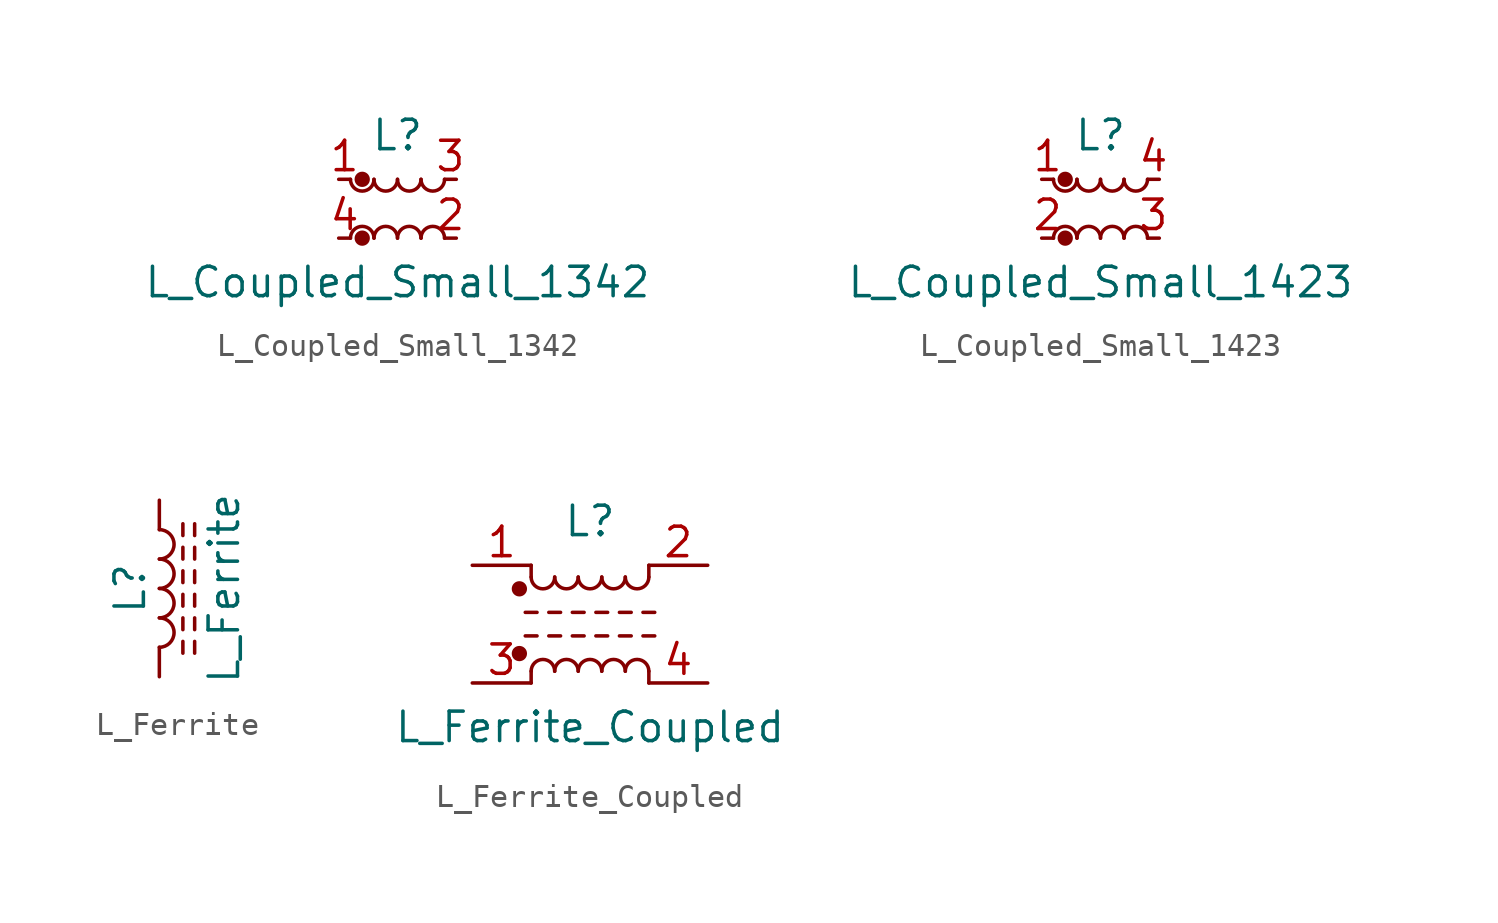
<source format=kicad_sym>
(kicad_symbol_lib
  (version 20211014)
  (generator kicad_symbol_editor)
  (symbol "L_Coupled_Small_1342"
    (pin_names
      (offset 0.254) hide)
    (property "Reference" "L"
      (at 0 3.175 0)
      (effects (font (size 1.27 1.27))))
    (property "Value" "L_Coupled_Small_1342"
      (at 0 -3.175 0)
      (effects (font (size 1.27 1.27))))
    (symbol "L_Coupled_Small_1342_0_1"
      (arc (start -2.032 1.27) (mid -1.524 0.762) (end -1.016 1.27) (stroke (width 0) (type default) (color 0 0 0 0)) (fill (type none)))
      (circle (center -1.524 -1.27) (radius 0.254) (stroke (width 0) (type default) (color 0 0 0 0)) (fill (type outline)))
      (circle (center -1.524 1.27) (radius 0.254) (stroke (width 0) (type default) (color 0 0 0 0)) (fill (type outline)))
      (arc (start -1.016 -1.27) (mid -1.524 -0.762) (end -2.032 -1.27) (stroke (width 0) (type default) (color 0 0 0 0)) (fill (type none)))
      (arc (start -1.016 1.27) (mid -0.508 0.762) (end 0 1.27) (stroke (width 0) (type default) (color 0 0 0 0)) (fill (type none)))
      (arc (start 0 -1.27) (mid -0.508 -0.762) (end -1.016 -1.27) (stroke (width 0) (type default) (color 0 0 0 0)) (fill (type none)))
      (arc (start 0 1.27) (mid 0.508 0.762) (end 1.016 1.27) (stroke (width 0) (type default) (color 0 0 0 0)) (fill (type none)))
      (arc (start 1.016 -1.27) (mid 0.508 -0.762) (end 0 -1.27) (stroke (width 0) (type default) (color 0 0 0 0)) (fill (type none)))
      (arc (start 1.016 1.27) (mid 1.524 0.762) (end 2.032 1.27) (stroke (width 0) (type default) (color 0 0 0 0)) (fill (type none)))
      (arc (start 2.032 -1.27) (mid 1.524 -0.762) (end 1.016 -1.27) (stroke (width 0) (type default) (color 0 0 0 0)) (fill (type none))))
    (symbol "L_Coupled_Small_1342_1_1"
      (pin passive line (at -2.54 1.27 0) (length 0.508) (name "1" (effects (font (size 1.27 1.27)))) (number "1" (effects (font (size 1.27 1.27)))))
      (pin passive line (at 2.54 -1.27 180) (length 0.508) (name "2" (effects (font (size 1.27 1.27)))) (number "2" (effects (font (size 1.27 1.27)))))
      (pin passive line (at 2.54 1.27 180) (length 0.508) (name "3" (effects (font (size 1.27 1.27)))) (number "3" (effects (font (size 1.27 1.27)))))
      (pin passive line (at -2.54 -1.27 0) (length 0.508) (name "4" (effects (font (size 1.27 1.27)))) (number "4" (effects (font (size 1.27 1.27)))))))
  (symbol "L_Coupled_Small_1423"
    (pin_names
      (offset 0.254) hide)
    (property "Reference" "L"
      (at 0 3.175 0)
      (effects (font (size 1.27 1.27))))
    (property "Value" "L_Coupled_Small_1423"
      (at 0 -3.175 0)
      (effects (font (size 1.27 1.27))))
    (symbol "L_Coupled_Small_1423_0_1"
      (arc (start -2.032 1.27) (mid -1.524 0.762) (end -1.016 1.27) (stroke (width 0) (type default) (color 0 0 0 0)) (fill (type none)))
      (circle (center -1.524 -1.27) (radius 0.254) (stroke (width 0) (type default) (color 0 0 0 0)) (fill (type outline)))
      (circle (center -1.524 1.27) (radius 0.254) (stroke (width 0) (type default) (color 0 0 0 0)) (fill (type outline)))
      (arc (start -1.016 -1.27) (mid -1.524 -0.762) (end -2.032 -1.27) (stroke (width 0) (type default) (color 0 0 0 0)) (fill (type none)))
      (arc (start -1.016 1.27) (mid -0.508 0.762) (end 0 1.27) (stroke (width 0) (type default) (color 0 0 0 0)) (fill (type none)))
      (arc (start 0 -1.27) (mid -0.508 -0.762) (end -1.016 -1.27) (stroke (width 0) (type default) (color 0 0 0 0)) (fill (type none)))
      (arc (start 0 1.27) (mid 0.508 0.762) (end 1.016 1.27) (stroke (width 0) (type default) (color 0 0 0 0)) (fill (type none)))
      (arc (start 1.016 -1.27) (mid 0.508 -0.762) (end 0 -1.27) (stroke (width 0) (type default) (color 0 0 0 0)) (fill (type none)))
      (arc (start 1.016 1.27) (mid 1.524 0.762) (end 2.032 1.27) (stroke (width 0) (type default) (color 0 0 0 0)) (fill (type none)))
      (arc (start 2.032 -1.27) (mid 1.524 -0.762) (end 1.016 -1.27) (stroke (width 0) (type default) (color 0 0 0 0)) (fill (type none))))
    (symbol "L_Coupled_Small_1423_1_1"
      (pin passive line (at -2.54 1.27 0) (length 0.508) (name "1" (effects (font (size 1.27 1.27)))) (number "1" (effects (font (size 1.27 1.27)))))
      (pin passive line (at -2.54 -1.27 0) (length 0.508) (name "2" (effects (font (size 1.27 1.27)))) (number "2" (effects (font (size 1.27 1.27)))))
      (pin passive line (at 2.54 -1.27 180) (length 0.508) (name "3" (effects (font (size 1.27 1.27)))) (number "3" (effects (font (size 1.27 1.27)))))
      (pin passive line (at 2.54 1.27 180) (length 0.508) (name "4" (effects (font (size 1.27 1.27)))) (number "4" (effects (font (size 1.27 1.27)))))))
  (symbol "L_Ferrite"
    (pin_numbers hide)
    (pin_names
      (offset 1.016) hide)
    (property "Reference" "L"
      (at -1.27 0 90)
      (effects (font (size 1.27 1.27))))
    (property "Value" "L_Ferrite"
      (at 2.794 0 90)
      (effects (font (size 1.27 1.27))))
    (symbol "L_Ferrite_0_1"
      (arc (start 0 -2.54) (mid 0.635 -1.905) (end 0 -1.27) (stroke (width 0) (type default) (color 0 0 0 0)) (fill (type none)))
      (arc (start 0 -1.27) (mid 0.635 -0.635) (end 0 0) (stroke (width 0) (type default) (color 0 0 0 0)) (fill (type none)))
      (polyline (pts (xy 1.016 -2.794) (xy 1.016 -2.286)) (stroke (width 0) (type default) (color 0 0 0 0)) (fill (type none)))
      (polyline (pts (xy 1.016 -1.778) (xy 1.016 -1.27)) (stroke (width 0) (type default) (color 0 0 0 0)) (fill (type none)))
      (polyline (pts (xy 1.016 -0.762) (xy 1.016 -0.254)) (stroke (width 0) (type default) (color 0 0 0 0)) (fill (type none)))
      (polyline (pts (xy 1.016 0.254) (xy 1.016 0.762)) (stroke (width 0) (type default) (color 0 0 0 0)) (fill (type none)))
      (polyline (pts (xy 1.016 1.27) (xy 1.016 1.778)) (stroke (width 0) (type default) (color 0 0 0 0)) (fill (type none)))
      (polyline (pts (xy 1.016 2.286) (xy 1.016 2.794)) (stroke (width 0) (type default) (color 0 0 0 0)) (fill (type none)))
      (polyline (pts (xy 1.524 -2.286) (xy 1.524 -2.794)) (stroke (width 0) (type default) (color 0 0 0 0)) (fill (type none)))
      (polyline (pts (xy 1.524 -1.27) (xy 1.524 -1.778)) (stroke (width 0) (type default) (color 0 0 0 0)) (fill (type none)))
      (polyline (pts (xy 1.524 -0.254) (xy 1.524 -0.762)) (stroke (width 0) (type default) (color 0 0 0 0)) (fill (type none)))
      (polyline (pts (xy 1.524 0.762) (xy 1.524 0.254)) (stroke (width 0) (type default) (color 0 0 0 0)) (fill (type none)))
      (polyline (pts (xy 1.524 1.778) (xy 1.524 1.27)) (stroke (width 0) (type default) (color 0 0 0 0)) (fill (type none)))
      (polyline (pts (xy 1.524 2.794) (xy 1.524 2.286)) (stroke (width 0) (type default) (color 0 0 0 0)) (fill (type none)))
      (arc (start 0 0) (mid 0.635 0.635) (end 0 1.27) (stroke (width 0) (type default) (color 0 0 0 0)) (fill (type none)))
      (arc (start 0 1.27) (mid 0.635 1.905) (end 0 2.54) (stroke (width 0) (type default) (color 0 0 0 0)) (fill (type none))))
    (symbol "L_Ferrite_1_1"
      (pin passive line (at 0 3.81 270) (length 1.27) (name "1" (effects (font (size 1.27 1.27)))) (number "1" (effects (font (size 1.27 1.27)))))
      (pin passive line (at 0 -3.81 90) (length 1.27) (name "2" (effects (font (size 1.27 1.27)))) (number "2" (effects (font (size 1.27 1.27)))))))
  (symbol "L_Ferrite_Coupled"
    (pin_names
      (offset 0.254) hide)
    (property "Reference" "L"
      (at 0 4.445 0)
      (effects (font (size 1.27 1.27))))
    (property "Value" "L_Ferrite_Coupled"
      (at 0 -4.445 0)
      (effects (font (size 1.27 1.27))))
    (symbol "L_Ferrite_Coupled_0_1"
      (circle (center -3.048 -1.27) (radius 0.254) (stroke (width 0) (type default) (color 0 0 0 0)) (fill (type outline)))
      (circle (center -3.048 1.524) (radius 0.254) (stroke (width 0) (type default) (color 0 0 0 0)) (fill (type outline)))
      (arc (start -2.54 2.032) (mid -2.032 1.524) (end -1.524 2.032) (stroke (width 0) (type default) (color 0 0 0 0)) (fill (type none)))
      (arc (start -1.524 -2.032) (mid -2.032 -1.524) (end -2.54 -2.032) (stroke (width 0) (type default) (color 0 0 0 0)) (fill (type none)))
      (arc (start -1.524 2.032) (mid -1.016 1.524) (end -0.508 2.032) (stroke (width 0) (type default) (color 0 0 0 0)) (fill (type none)))
      (arc (start -0.508 -2.032) (mid -1.016 -1.524) (end -1.524 -2.032) (stroke (width 0) (type default) (color 0 0 0 0)) (fill (type none)))
      (arc (start -0.508 2.032) (mid 0 1.524) (end 0.508 2.032) (stroke (width 0) (type default) (color 0 0 0 0)) (fill (type none)))
      (polyline (pts (xy -2.794 -0.508) (xy -2.286 -0.508)) (stroke (width 0) (type default) (color 0 0 0 0)) (fill (type none)))
      (polyline (pts (xy -2.794 0.508) (xy -2.286 0.508)) (stroke (width 0) (type default) (color 0 0 0 0)) (fill (type none)))
      (polyline (pts (xy -2.54 -2.032) (xy -2.54 -2.54)) (stroke (width 0) (type default) (color 0 0 0 0)) (fill (type none)))
      (polyline (pts (xy -2.54 2.032) (xy -2.54 2.54)) (stroke (width 0) (type default) (color 0 0 0 0)) (fill (type none)))
      (polyline (pts (xy -1.778 -0.508) (xy -1.27 -0.508)) (stroke (width 0) (type default) (color 0 0 0 0)) (fill (type none)))
      (polyline (pts (xy -1.778 0.508) (xy -1.27 0.508)) (stroke (width 0) (type default) (color 0 0 0 0)) (fill (type none)))
      (polyline (pts (xy -0.762 -0.508) (xy -0.254 -0.508)) (stroke (width 0) (type default) (color 0 0 0 0)) (fill (type none)))
      (polyline (pts (xy -0.762 0.508) (xy -0.254 0.508)) (stroke (width 0) (type default) (color 0 0 0 0)) (fill (type none)))
      (polyline (pts (xy 0.254 -0.508) (xy 0.762 -0.508)) (stroke (width 0) (type default) (color 0 0 0 0)) (fill (type none)))
      (polyline (pts (xy 0.254 0.508) (xy 0.762 0.508)) (stroke (width 0) (type default) (color 0 0 0 0)) (fill (type none)))
      (polyline (pts (xy 1.27 -0.508) (xy 1.778 -0.508)) (stroke (width 0) (type default) (color 0 0 0 0)) (fill (type none)))
      (polyline (pts (xy 1.27 0.508) (xy 1.778 0.508)) (stroke (width 0) (type default) (color 0 0 0 0)) (fill (type none)))
      (polyline (pts (xy 2.286 -0.508) (xy 2.794 -0.508)) (stroke (width 0) (type default) (color 0 0 0 0)) (fill (type none)))
      (polyline (pts (xy 2.286 0.508) (xy 2.794 0.508)) (stroke (width 0) (type default) (color 0 0 0 0)) (fill (type none)))
      (polyline (pts (xy 2.54 -2.032) (xy 2.54 -2.54)) (stroke (width 0) (type default) (color 0 0 0 0)) (fill (type none)))
      (polyline (pts (xy 2.54 2.54) (xy 2.54 2.032)) (stroke (width 0) (type default) (color 0 0 0 0)) (fill (type none)))
      (arc (start 0.508 -2.032) (mid 0 -1.524) (end -0.508 -2.032) (stroke (width 0) (type default) (color 0 0 0 0)) (fill (type none)))
      (arc (start 0.508 2.032) (mid 1.016 1.524) (end 1.524 2.032) (stroke (width 0) (type default) (color 0 0 0 0)) (fill (type none)))
      (arc (start 1.524 -2.032) (mid 1.016 -1.524) (end 0.508 -2.032) (stroke (width 0) (type default) (color 0 0 0 0)) (fill (type none)))
      (arc (start 1.524 2.032) (mid 2.032 1.524) (end 2.54 2.032) (stroke (width 0) (type default) (color 0 0 0 0)) (fill (type none)))
      (arc (start 2.54 -2.032) (mid 2.032 -1.524) (end 1.524 -2.032) (stroke (width 0) (type default) (color 0 0 0 0)) (fill (type none))))
    (symbol "L_Ferrite_Coupled_1_1"
      (pin passive line (at -5.08 2.54 0) (length 2.54) (name "1" (effects (font (size 1.27 1.27)))) (number "1" (effects (font (size 1.27 1.27)))))
      (pin passive line (at 5.08 2.54 180) (length 2.54) (name "2" (effects (font (size 1.27 1.27)))) (number "2" (effects (font (size 1.27 1.27)))))
      (pin passive line (at -5.08 -2.54 0) (length 2.54) (name "3" (effects (font (size 1.27 1.27)))) (number "3" (effects (font (size 1.27 1.27)))))
      (pin passive line (at 5.08 -2.54 180) (length 2.54) (name "4" (effects (font (size 1.27 1.27)))) (number "4" (effects (font (size 1.27 1.27))))))))
</source>
